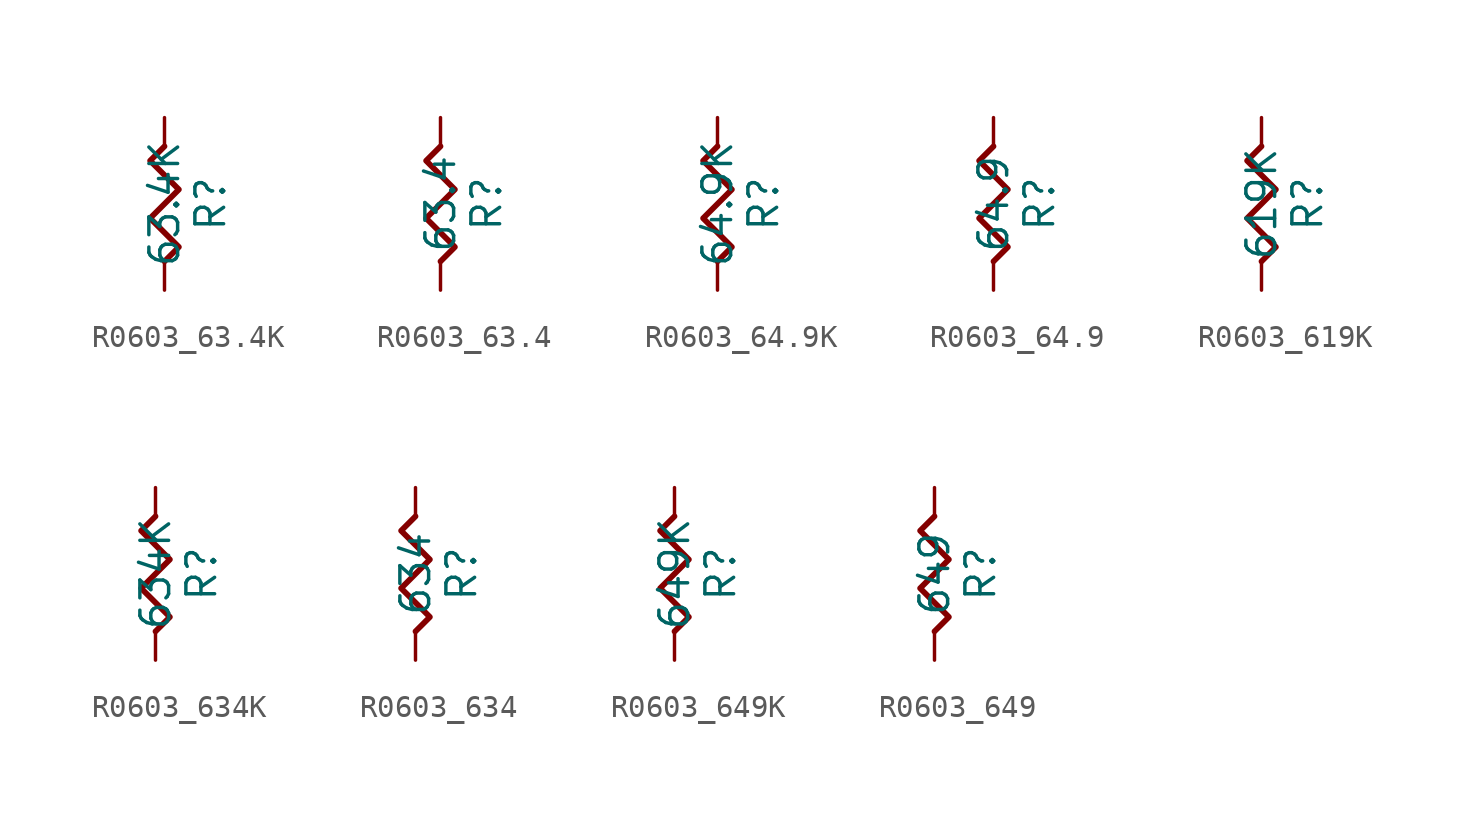
<source format=kicad_sym>
(kicad_symbol_lib
  (version 20211014)
  (generator atlantix-eda)
  (symbol "R0603_63.4K"
    (pin_numbers hide)
    (pin_names
      (offset 0))
    (property "Reference" "R"
      (at 2.032 0 90)
      (effects (font (size 1.27 1.27))))
    (property "Value" "63.4K"
      (at 0 0 90)
      (effects (font (size 1.27 1.27))))
    (symbol "R0603_63.4K_0_1"
      (polyline (pts (xy 0 -2.54) (xy 0.635 -1.905) (xy -0.635 -0.635) (xy 0.635 0.635) (xy -0.635 1.905) (xy 0 2.54)) (stroke (width 0.254) (type default) (color 0 0 0 0)) (fill (type none))))
    (symbol "R0603_63.4K_1_1"
      (pin passive line (at 0 3.81 270) (length 1.27) (name "~" (effects (font (size 1.27 1.27)))) (number "1" (effects (font (size 1.27 1.27)))))
      (pin passive line (at 0 -3.81 90) (length 1.27) (name "~" (effects (font (size 1.27 1.27)))) (number "2" (effects (font (size 1.27 1.27)))))))
  (symbol "R0603_63.4"
    (pin_numbers hide)
    (pin_names
      (offset 0))
    (property "Reference" "R"
      (at 2.032 0 90)
      (effects (font (size 1.27 1.27))))
    (property "Value" "63.4"
      (at 0 0 90)
      (effects (font (size 1.27 1.27))))
    (symbol "R0603_63.4_0_1"
      (polyline (pts (xy 0 -2.54) (xy 0.635 -1.905) (xy -0.635 -0.635) (xy 0.635 0.635) (xy -0.635 1.905) (xy 0 2.54)) (stroke (width 0.254) (type default) (color 0 0 0 0)) (fill (type none))))
    (symbol "R0603_63.4_1_1"
      (pin passive line (at 0 3.81 270) (length 1.27) (name "~" (effects (font (size 1.27 1.27)))) (number "1" (effects (font (size 1.27 1.27)))))
      (pin passive line (at 0 -3.81 90) (length 1.27) (name "~" (effects (font (size 1.27 1.27)))) (number "2" (effects (font (size 1.27 1.27)))))))
  (symbol "R0603_64.9K"
    (pin_numbers hide)
    (pin_names
      (offset 0))
    (property "Reference" "R"
      (at 2.032 0 90)
      (effects (font (size 1.27 1.27))))
    (property "Value" "64.9K"
      (at 0 0 90)
      (effects (font (size 1.27 1.27))))
    (symbol "R0603_64.9K_0_1"
      (polyline (pts (xy 0 -2.54) (xy 0.635 -1.905) (xy -0.635 -0.635) (xy 0.635 0.635) (xy -0.635 1.905) (xy 0 2.54)) (stroke (width 0.254) (type default) (color 0 0 0 0)) (fill (type none))))
    (symbol "R0603_64.9K_1_1"
      (pin passive line (at 0 3.81 270) (length 1.27) (name "~" (effects (font (size 1.27 1.27)))) (number "1" (effects (font (size 1.27 1.27)))))
      (pin passive line (at 0 -3.81 90) (length 1.27) (name "~" (effects (font (size 1.27 1.27)))) (number "2" (effects (font (size 1.27 1.27)))))))
  (symbol "R0603_64.9"
    (pin_numbers hide)
    (pin_names
      (offset 0))
    (property "Reference" "R"
      (at 2.032 0 90)
      (effects (font (size 1.27 1.27))))
    (property "Value" "64.9"
      (at 0 0 90)
      (effects (font (size 1.27 1.27))))
    (symbol "R0603_64.9_0_1"
      (polyline (pts (xy 0 -2.54) (xy 0.635 -1.905) (xy -0.635 -0.635) (xy 0.635 0.635) (xy -0.635 1.905) (xy 0 2.54)) (stroke (width 0.254) (type default) (color 0 0 0 0)) (fill (type none))))
    (symbol "R0603_64.9_1_1"
      (pin passive line (at 0 3.81 270) (length 1.27) (name "~" (effects (font (size 1.27 1.27)))) (number "1" (effects (font (size 1.27 1.27)))))
      (pin passive line (at 0 -3.81 90) (length 1.27) (name "~" (effects (font (size 1.27 1.27)))) (number "2" (effects (font (size 1.27 1.27)))))))
  (symbol "R0603_619K"
    (pin_numbers hide)
    (pin_names
      (offset 0))
    (property "Reference" "R"
      (at 2.032 0 90)
      (effects (font (size 1.27 1.27))))
    (property "Value" "619K"
      (at 0 0 90)
      (effects (font (size 1.27 1.27))))
    (symbol "R0603_619K_0_1"
      (polyline (pts (xy 0 -2.54) (xy 0.635 -1.905) (xy -0.635 -0.635) (xy 0.635 0.635) (xy -0.635 1.905) (xy 0 2.54)) (stroke (width 0.254) (type default) (color 0 0 0 0)) (fill (type none))))
    (symbol "R0603_619K_1_1"
      (pin passive line (at 0 3.81 270) (length 1.27) (name "~" (effects (font (size 1.27 1.27)))) (number "1" (effects (font (size 1.27 1.27)))))
      (pin passive line (at 0 -3.81 90) (length 1.27) (name "~" (effects (font (size 1.27 1.27)))) (number "2" (effects (font (size 1.27 1.27)))))))
  (symbol "R0603_634K"
    (pin_numbers hide)
    (pin_names
      (offset 0))
    (property "Reference" "R"
      (at 2.032 0 90)
      (effects (font (size 1.27 1.27))))
    (property "Value" "634K"
      (at 0 0 90)
      (effects (font (size 1.27 1.27))))
    (symbol "R0603_634K_0_1"
      (polyline (pts (xy 0 -2.54) (xy 0.635 -1.905) (xy -0.635 -0.635) (xy 0.635 0.635) (xy -0.635 1.905) (xy 0 2.54)) (stroke (width 0.254) (type default) (color 0 0 0 0)) (fill (type none))))
    (symbol "R0603_634K_1_1"
      (pin passive line (at 0 3.81 270) (length 1.27) (name "~" (effects (font (size 1.27 1.27)))) (number "1" (effects (font (size 1.27 1.27)))))
      (pin passive line (at 0 -3.81 90) (length 1.27) (name "~" (effects (font (size 1.27 1.27)))) (number "2" (effects (font (size 1.27 1.27)))))))
  (symbol "R0603_634"
    (pin_numbers hide)
    (pin_names
      (offset 0))
    (property "Reference" "R"
      (at 2.032 0 90)
      (effects (font (size 1.27 1.27))))
    (property "Value" "634"
      (at 0 0 90)
      (effects (font (size 1.27 1.27))))
    (symbol "R0603_634_0_1"
      (polyline (pts (xy 0 -2.54) (xy 0.635 -1.905) (xy -0.635 -0.635) (xy 0.635 0.635) (xy -0.635 1.905) (xy 0 2.54)) (stroke (width 0.254) (type default) (color 0 0 0 0)) (fill (type none))))
    (symbol "R0603_634_1_1"
      (pin passive line (at 0 3.81 270) (length 1.27) (name "~" (effects (font (size 1.27 1.27)))) (number "1" (effects (font (size 1.27 1.27)))))
      (pin passive line (at 0 -3.81 90) (length 1.27) (name "~" (effects (font (size 1.27 1.27)))) (number "2" (effects (font (size 1.27 1.27)))))))
  (symbol "R0603_649K"
    (pin_numbers hide)
    (pin_names
      (offset 0))
    (property "Reference" "R"
      (at 2.032 0 90)
      (effects (font (size 1.27 1.27))))
    (property "Value" "649K"
      (at 0 0 90)
      (effects (font (size 1.27 1.27))))
    (symbol "R0603_649K_0_1"
      (polyline (pts (xy 0 -2.54) (xy 0.635 -1.905) (xy -0.635 -0.635) (xy 0.635 0.635) (xy -0.635 1.905) (xy 0 2.54)) (stroke (width 0.254) (type default) (color 0 0 0 0)) (fill (type none))))
    (symbol "R0603_649K_1_1"
      (pin passive line (at 0 3.81 270) (length 1.27) (name "~" (effects (font (size 1.27 1.27)))) (number "1" (effects (font (size 1.27 1.27)))))
      (pin passive line (at 0 -3.81 90) (length 1.27) (name "~" (effects (font (size 1.27 1.27)))) (number "2" (effects (font (size 1.27 1.27)))))))
  (symbol "R0603_649"
    (pin_numbers hide)
    (pin_names
      (offset 0))
    (property "Reference" "R"
      (at 2.032 0 90)
      (effects (font (size 1.27 1.27))))
    (property "Value" "649"
      (at 0 0 90)
      (effects (font (size 1.27 1.27))))
    (symbol "R0603_649_0_1"
      (polyline (pts (xy 0 -2.54) (xy 0.635 -1.905) (xy -0.635 -0.635) (xy 0.635 0.635) (xy -0.635 1.905) (xy 0 2.54)) (stroke (width 0.254) (type default) (color 0 0 0 0)) (fill (type none))))
    (symbol "R0603_649_1_1"
      (pin passive line (at 0 3.81 270) (length 1.27) (name "~" (effects (font (size 1.27 1.27)))) (number "1" (effects (font (size 1.27 1.27)))))
      (pin passive line (at 0 -3.81 90) (length 1.27) (name "~" (effects (font (size 1.27 1.27)))) (number "2" (effects (font (size 1.27 1.27))))))))
</source>
